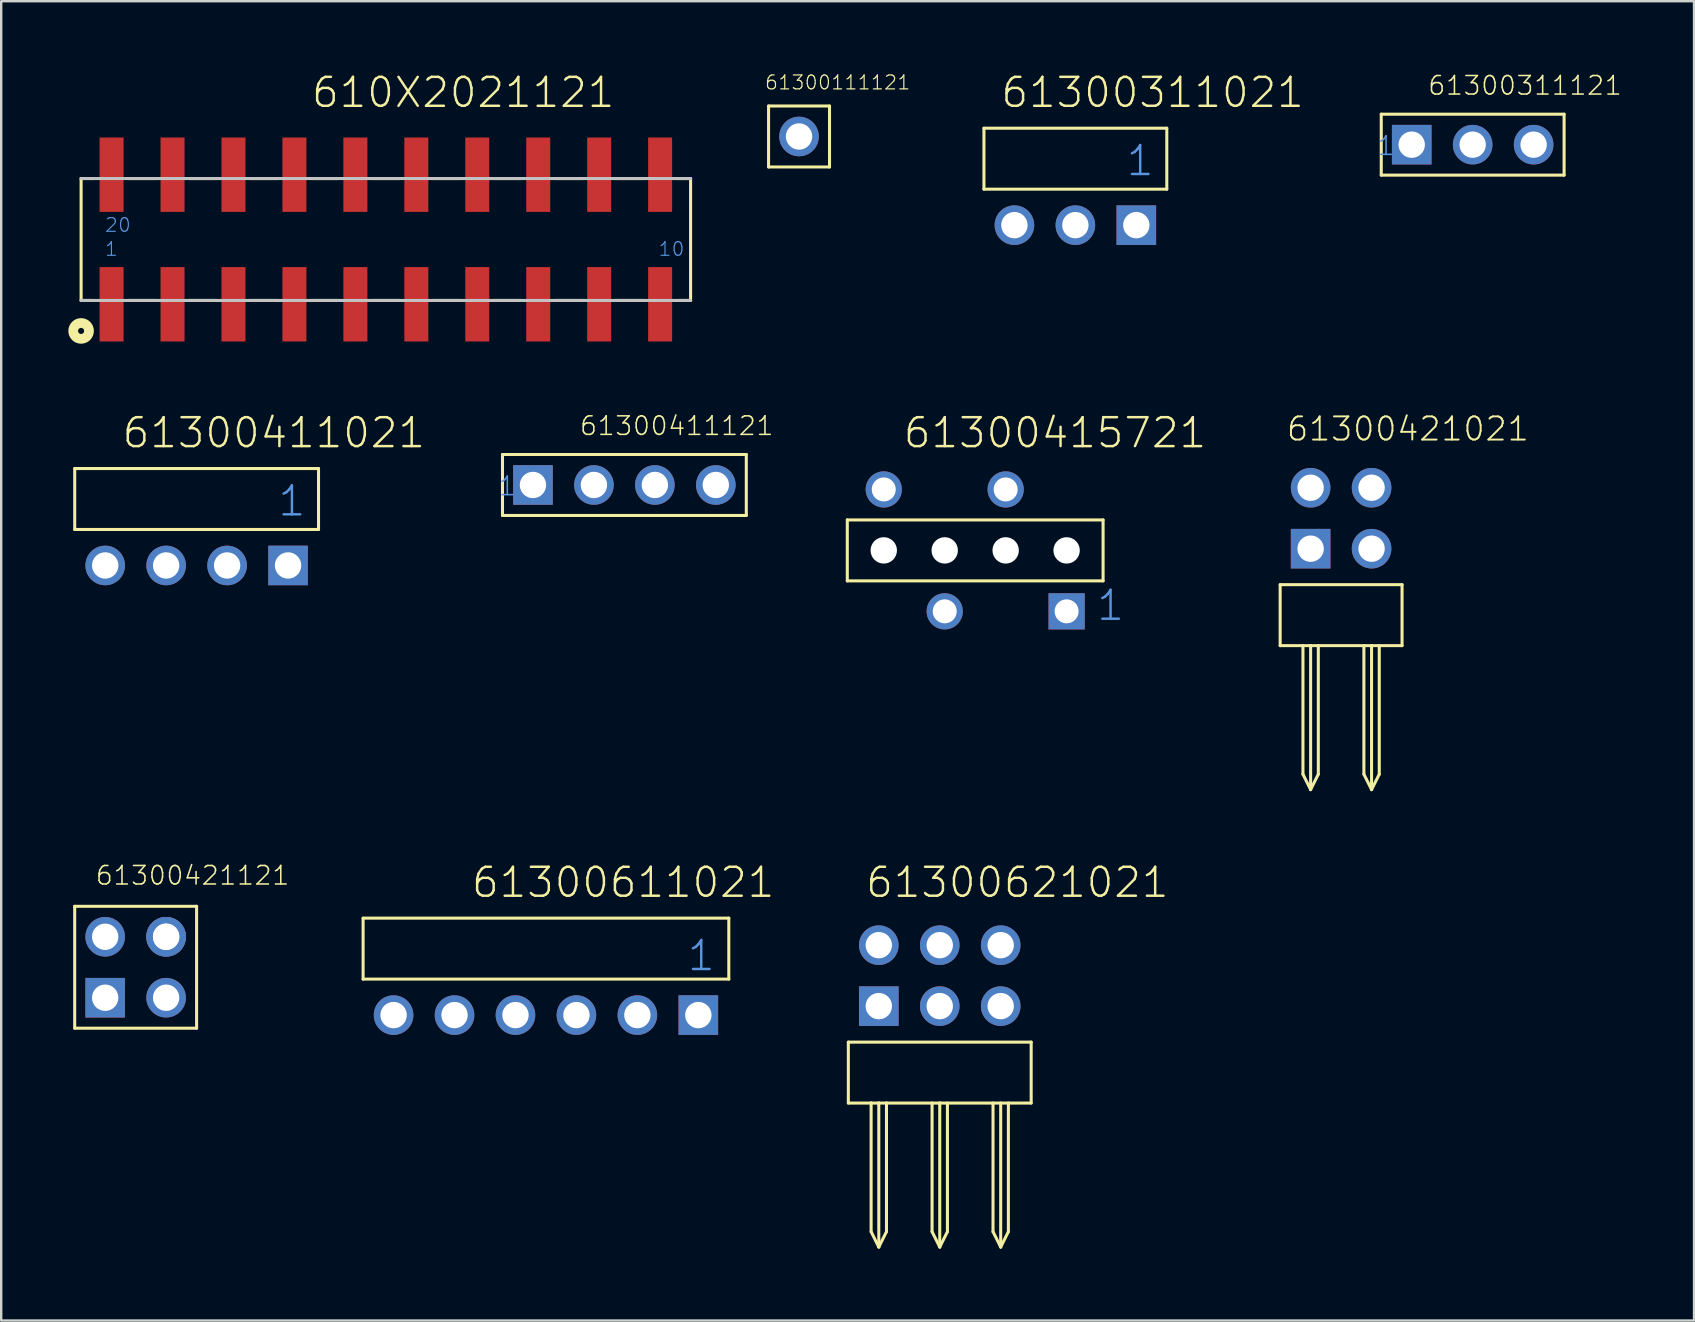
<source format=kicad_pcb>
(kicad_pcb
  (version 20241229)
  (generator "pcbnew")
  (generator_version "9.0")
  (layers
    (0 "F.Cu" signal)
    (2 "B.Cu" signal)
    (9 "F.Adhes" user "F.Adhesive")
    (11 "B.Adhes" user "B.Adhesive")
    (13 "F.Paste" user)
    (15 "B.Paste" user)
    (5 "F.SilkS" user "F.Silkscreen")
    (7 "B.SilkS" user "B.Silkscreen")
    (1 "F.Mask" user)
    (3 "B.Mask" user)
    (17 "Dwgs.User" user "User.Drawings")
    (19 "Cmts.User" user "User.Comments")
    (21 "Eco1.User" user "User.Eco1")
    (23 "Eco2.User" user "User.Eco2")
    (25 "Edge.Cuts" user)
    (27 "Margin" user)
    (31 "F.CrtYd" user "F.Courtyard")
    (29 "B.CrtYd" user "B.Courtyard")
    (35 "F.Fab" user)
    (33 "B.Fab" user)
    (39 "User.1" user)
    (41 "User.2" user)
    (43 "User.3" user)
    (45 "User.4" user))
  (footprint "61300311121"
    (layer "F.Cu")
    (at 58.322 2.979)
    (property "Reference" "61300311121" (at -1.905 -2.012 0) (layer "F.SilkS") (effects (font (size 0.772 0.772) (thickness 0.065)) (justify left bottom)))
    (attr through_hole)
    (fp_line (start -3.81 -1.27) (end -3.81 1.27) (stroke (width 0.127) (type solid)) (layer "F.SilkS"))
    (fp_line (start -3.81 1.27) (end 3.81 1.27) (stroke (width 0.127) (type solid)) (layer "F.SilkS"))
    (fp_line (start 3.81 -1.27) (end -3.81 -1.27) (stroke (width 0.127) (type solid)) (layer "F.SilkS"))
    (fp_line (start 3.81 1.27) (end 3.81 -1.27) (stroke (width 0.127) (type solid)) (layer "F.SilkS"))
    (fp_text user "1" (at -4.02 0.5 0) (layer "Cmts.User") (effects (font (size 0.772 0.772) (thickness 0.065)) (justify left bottom)))
    (pad "1" thru_hole rect (at -2.54 0) (size 1.65 1.65) (drill 1.1) (layers "*.Cu" "*.Mask"))
    (pad "2" thru_hole circle (at 0 0) (size 1.65 1.65) (drill 1.1) (layers "*.Cu" "*.Mask"))
    (pad "3" thru_hole circle (at 2.54 0) (size 1.65 1.65) (drill 1.1) (layers "*.Cu" "*.Mask")))
  (footprint "61300411021"
    (layer "F.Cu")
    (at 5.144 20.515)
    (property "Reference" "61300411021" (at -3.165 -4.822 0) (layer "F.SilkS") (effects (font (size 1.206 1.206) (thickness 0.102)) (justify left bottom)))
    (attr through_hole)
    (fp_line (start -5.08 -4.04) (end 5.08 -4.04) (stroke (width 0.127) (type solid)) (layer "F.SilkS"))
    (fp_line (start -5.08 -1.5) (end -5.08 -4.04) (stroke (width 0.127) (type solid)) (layer "F.SilkS"))
    (fp_line (start 5.08 -4.04) (end 5.08 -1.5) (stroke (width 0.127) (type solid)) (layer "F.SilkS"))
    (fp_line (start 5.08 -1.5) (end -5.08 -1.5) (stroke (width 0.127) (type solid)) (layer "F.SilkS"))
    (fp_text user "1" (at 3.33 -1.98 0) (layer "Cmts.User") (effects (font (size 1.206 1.206) (thickness 0.102)) (justify left bottom)))
    (pad "1" thru_hole rect (at 3.81 0) (size 1.65 1.65) (drill 1.1) (layers "*.Cu" "*.Mask"))
    (pad "2" thru_hole circle (at 1.27 0) (size 1.65 1.65) (drill 1.1) (layers "*.Cu" "*.Mask"))
    (pad "3" thru_hole circle (at -1.27 0) (size 1.65 1.65) (drill 1.1) (layers "*.Cu" "*.Mask"))
    (pad "4" thru_hole circle (at -3.81 0) (size 1.65 1.65) (drill 1.1) (layers "*.Cu" "*.Mask")))
  (footprint "61300621021"
    (layer "F.Cu")
    (at 36.113 38.879)
    (property "Reference" "61300621021" (at -3.15 -4.448 0) (layer "F.SilkS") (effects (font (size 1.206 1.206) (thickness 0.102)) (justify left bottom)))
    (attr through_hole)
    (fp_line (start -3.81 1.5) (end -3.81 4.04) (stroke (width 0.127) (type solid)) (layer "F.SilkS"))
    (fp_line (start -3.81 4.04) (end -2.86 4.04) (stroke (width 0.127) (type solid)) (layer "F.SilkS"))
    (fp_line (start -2.86 4.04) (end -2.86 9.4) (stroke (width 0.127) (type solid)) (layer "F.SilkS"))
    (fp_line (start -2.86 4.04) (end -2.54 4.04) (stroke (width 0.127) (type solid)) (layer "F.SilkS"))
    (fp_line (start -2.86 9.4) (end -2.54 10.04) (stroke (width 0.127) (type solid)) (layer "F.SilkS"))
    (fp_line (start -2.54 4.04) (end -2.54 10.04) (stroke (width 0.127) (type solid)) (layer "F.SilkS"))
    (fp_line (start -2.54 4.04) (end -2.22 4.04) (stroke (width 0.127) (type solid)) (layer "F.SilkS"))
    (fp_line (start -2.54 10.04) (end -2.22 9.4) (stroke (width 0.127) (type solid)) (layer "F.SilkS"))
    (fp_line (start -2.22 4.04) (end -2.22 9.4) (stroke (width 0.127) (type solid)) (layer "F.SilkS"))
    (fp_line (start -2.22 4.04) (end 0 4.04) (stroke (width 0.127) (type solid)) (layer "F.SilkS"))
    (fp_line (start -0.32 4.04) (end -0.32 9.4) (stroke (width 0.127) (type solid)) (layer "F.SilkS"))
    (fp_line (start -0.32 9.4) (end 0 10.04) (stroke (width 0.127) (type solid)) (layer "F.SilkS"))
    (fp_line (start 0 4.04) (end 0 10.04) (stroke (width 0.127) (type solid)) (layer "F.SilkS"))
    (fp_line (start 0 4.04) (end 3.81 4.04) (stroke (width 0.127) (type solid)) (layer "F.SilkS"))
    (fp_line (start 0 10.04) (end 0.32 9.4) (stroke (width 0.127) (type solid)) (layer "F.SilkS"))
    (fp_line (start 0.32 4.04) (end 0.32 9.4) (stroke (width 0.127) (type solid)) (layer "F.SilkS"))
    (fp_line (start 2.22 4.04) (end 2.22 9.4) (stroke (width 0.127) (type solid)) (layer "F.SilkS"))
    (fp_line (start 2.22 9.4) (end 2.54 10.04) (stroke (width 0.127) (type solid)) (layer "F.SilkS"))
    (fp_line (start 2.54 4.04) (end 2.54 10.04) (stroke (width 0.127) (type solid)) (layer "F.SilkS"))
    (fp_line (start 2.54 10.04) (end 2.86 9.4) (stroke (width 0.127) (type solid)) (layer "F.SilkS"))
    (fp_line (start 2.86 4.04) (end 2.86 9.4) (stroke (width 0.127) (type solid)) (layer "F.SilkS"))
    (fp_line (start 3.81 1.5) (end -3.81 1.5) (stroke (width 0.127) (type solid)) (layer "F.SilkS"))
    (fp_line (start 3.81 4.04) (end 3.81 1.5) (stroke (width 0.127) (type solid)) (layer "F.SilkS"))
    (pad "1" thru_hole rect (at -2.54 0) (size 1.65 1.65) (drill 1.1) (layers "*.Cu" "*.Mask"))
    (pad "2" thru_hole circle (at 0 0) (size 1.65 1.65) (drill 1.1) (layers "*.Cu" "*.Mask"))
    (pad "3" thru_hole circle (at 2.54 0) (size 1.65 1.65) (drill 1.1) (layers "*.Cu" "*.Mask"))
    (pad "4" thru_hole circle (at 2.54 -2.54) (size 1.65 1.65) (drill 1.1) (layers "*.Cu" "*.Mask"))
    (pad "5" thru_hole circle (at 0 -2.54) (size 1.65 1.65) (drill 1.1) (layers "*.Cu" "*.Mask"))
    (pad "6" thru_hole circle (at -2.54 -2.54) (size 1.65 1.65) (drill 1.1) (layers "*.Cu" "*.Mask")))
  (footprint "61300411121"
    (layer "F.Cu")
    (at 22.971 17.161)
    (property "Reference" "61300411121" (at -1.905 -2.012 0) (layer "F.SilkS") (effects (font (size 0.772 0.772) (thickness 0.065)) (justify left bottom)))
    (attr through_hole)
    (fp_line (start -5.08 -1.27) (end -5.08 1.27) (stroke (width 0.127) (type solid)) (layer "F.SilkS"))
    (fp_line (start -5.08 1.27) (end 5.08 1.27) (stroke (width 0.127) (type solid)) (layer "F.SilkS"))
    (fp_line (start 5.08 -1.27) (end -5.08 -1.27) (stroke (width 0.127) (type solid)) (layer "F.SilkS"))
    (fp_line (start 5.08 1.27) (end 5.08 -1.27) (stroke (width 0.127) (type solid)) (layer "F.SilkS"))
    (fp_text user "1" (at -5.29 0.5 0) (layer "Cmts.User") (effects (font (size 0.772 0.772) (thickness 0.065)) (justify left bottom)))
    (pad "1" thru_hole rect (at -3.81 0) (size 1.65 1.65) (drill 1.1) (layers "*.Cu" "*.Mask"))
    (pad "2" thru_hole circle (at -1.27 0) (size 1.65 1.65) (drill 1.1) (layers "*.Cu" "*.Mask"))
    (pad "3" thru_hole circle (at 1.27 0) (size 1.65 1.65) (drill 1.1) (layers "*.Cu" "*.Mask"))
    (pad "4" thru_hole circle (at 3.81 0) (size 1.65 1.65) (drill 1.1) (layers "*.Cu" "*.Mask")))
  (footprint "61300611021"
    (layer "F.Cu")
    (at 19.702 39.253)
    (property "Reference" "61300611021" (at -3.165 -4.822 0) (layer "F.SilkS") (effects (font (size 1.206 1.206) (thickness 0.102)) (justify left bottom)))
    (attr through_hole)
    (fp_line (start -7.62 -4.04) (end 7.62 -4.04) (stroke (width 0.127) (type solid)) (layer "F.SilkS"))
    (fp_line (start -7.62 -1.5) (end -7.62 -4.04) (stroke (width 0.127) (type solid)) (layer "F.SilkS"))
    (fp_line (start 7.62 -4.04) (end 7.62 -1.5) (stroke (width 0.127) (type solid)) (layer "F.SilkS"))
    (fp_line (start 7.62 -1.5) (end -7.62 -1.5) (stroke (width 0.127) (type solid)) (layer "F.SilkS"))
    (fp_text user "1" (at 5.83 -1.77 0) (layer "Cmts.User") (effects (font (size 1.206 1.206) (thickness 0.102)) (justify left bottom)))
    (pad "1" thru_hole rect (at 6.35 0) (size 1.65 1.65) (drill 1.1) (layers "*.Cu" "*.Mask"))
    (pad "2" thru_hole circle (at 3.81 0) (size 1.65 1.65) (drill 1.1) (layers "*.Cu" "*.Mask"))
    (pad "3" thru_hole circle (at 1.27 0) (size 1.65 1.65) (drill 1.1) (layers "*.Cu" "*.Mask"))
    (pad "4" thru_hole circle (at -1.27 0) (size 1.65 1.65) (drill 1.1) (layers "*.Cu" "*.Mask"))
    (pad "5" thru_hole circle (at -3.81 0) (size 1.65 1.65) (drill 1.1) (layers "*.Cu" "*.Mask"))
    (pad "6" thru_hole circle (at -6.35 0) (size 1.65 1.65) (drill 1.1) (layers "*.Cu" "*.Mask")))
  (footprint "61300415721"
    (layer "F.Cu")
    (at 37.59 19.887)
    (property "Reference" "61300415721" (at -3.057 -4.194 0) (layer "F.SilkS") (effects (font (size 1.206 1.206) (thickness 0.102)) (justify left bottom)))
    (attr through_hole)
    (fp_line (start -5.33 -1.27) (end 5.33 -1.27) (stroke (width 0.127) (type solid)) (layer "F.SilkS"))
    (fp_line (start -5.33 1.27) (end -5.33 -1.27) (stroke (width 0.127) (type solid)) (layer "F.SilkS"))
    (fp_line (start 5.33 -1.27) (end 5.33 1.27) (stroke (width 0.127) (type solid)) (layer "F.SilkS"))
    (fp_line (start 5.33 1.27) (end -5.33 1.27) (stroke (width 0.127) (type solid)) (layer "F.SilkS"))
    (fp_text user "1" (at 5 3 0) (layer "Cmts.User") (effects (font (size 1.206 1.206) (thickness 0.102)) (justify left bottom)))
    (pad "" np_thru_hole circle (at -3.81 0) (size 1.1 1.1) (drill 1.1) (layers "*.Cu"))
    (pad "" np_thru_hole circle (at -1.27 0) (size 1.1 1.1) (drill 1.1) (layers "*.Cu"))
    (pad "" np_thru_hole circle (at 1.27 0) (size 1.1 1.1) (drill 1.1) (layers "*.Cu"))
    (pad "" np_thru_hole circle (at 3.81 0) (size 1.1 1.1) (drill 1.1) (layers "*.Cu"))
    (pad "1" thru_hole rect (at 3.81 2.54 180) (size 1.508 1.508) (drill 1) (layers "*.Cu" "*.Mask"))
    (pad "2" thru_hole circle (at 1.27 -2.54 180) (size 1.508 1.508) (drill 1) (layers "*.Cu" "*.Mask"))
    (pad "3" thru_hole circle (at -1.27 2.54 180) (size 1.508 1.508) (drill 1) (layers "*.Cu" "*.Mask"))
    (pad "4" thru_hole circle (at -3.81 -2.54 180) (size 1.508 1.508) (drill 1) (layers "*.Cu" "*.Mask")))
  (footprint "61300311021"
    (layer "F.Cu")
    (at 41.765 6.333)
    (property "Reference" "61300311021" (at -3.165 -4.822 0) (layer "F.SilkS") (effects (font (size 1.206 1.206) (thickness 0.102)) (justify left bottom)))
    (attr through_hole)
    (fp_line (start -3.81 -4.04) (end 3.81 -4.04) (stroke (width 0.127) (type solid)) (layer "F.SilkS"))
    (fp_line (start -3.81 -1.5) (end -3.81 -4.04) (stroke (width 0.127) (type solid)) (layer "F.SilkS"))
    (fp_line (start 3.81 -4.04) (end 3.81 -1.5) (stroke (width 0.127) (type solid)) (layer "F.SilkS"))
    (fp_line (start 3.81 -1.5) (end -3.81 -1.5) (stroke (width 0.127) (type solid)) (layer "F.SilkS"))
    (fp_text user "1" (at 2.06 -1.98 0) (layer "Cmts.User") (effects (font (size 1.206 1.206) (thickness 0.102)) (justify left bottom)))
    (pad "1" thru_hole rect (at 2.54 0) (size 1.65 1.65) (drill 1.1) (layers "*.Cu" "*.Mask"))
    (pad "2" thru_hole circle (at 0 0) (size 1.65 1.65) (drill 1.1) (layers "*.Cu" "*.Mask"))
    (pad "3" thru_hole circle (at -2.54 0) (size 1.65 1.65) (drill 1.1) (layers "*.Cu" "*.Mask")))
  (footprint "61300111121"
    (layer "F.Cu")
    (at 30.249 2.638)
    (property "Reference" "61300111121" (at -1.455 -1.912 0) (layer "F.SilkS") (effects (font (size 0.579 0.579) (thickness 0.049)) (justify left bottom)))
    (attr through_hole)
    (fp_line (start -1.27 -1.27) (end -1.27 1.27) (stroke (width 0.127) (type solid)) (layer "F.SilkS"))
    (fp_line (start -1.27 1.27) (end 1.27 1.27) (stroke (width 0.127) (type solid)) (layer "F.SilkS"))
    (fp_line (start 1.27 -1.27) (end -1.27 -1.27) (stroke (width 0.127) (type solid)) (layer "F.SilkS"))
    (fp_line (start 1.27 1.27) (end 1.27 -1.27) (stroke (width 0.127) (type solid)) (layer "F.SilkS"))
    (pad "1" thru_hole circle (at 0 0) (size 1.65 1.65) (drill 1.1) (layers "*.Cu" "*.Mask")))
  (footprint "61300421021"
    (layer "F.Cu")
    (at 52.839 19.816)
    (property "Reference" "61300421021" (at -2.325 -4.426 0) (layer "F.SilkS") (effects (font (size 0.965 0.965) (thickness 0.081)) (justify left bottom)))
    (attr through_hole)
    (fp_line (start -2.54 1.5) (end -2.54 4.04) (stroke (width 0.127) (type solid)) (layer "F.SilkS"))
    (fp_line (start -2.54 4.04) (end -1.59 4.04) (stroke (width 0.127) (type solid)) (layer "F.SilkS"))
    (fp_line (start -1.59 4.04) (end -1.59 9.4) (stroke (width 0.127) (type solid)) (layer "F.SilkS"))
    (fp_line (start -1.59 4.04) (end -1.27 4.04) (stroke (width 0.127) (type solid)) (layer "F.SilkS"))
    (fp_line (start -1.59 9.4) (end -1.27 10.04) (stroke (width 0.127) (type solid)) (layer "F.SilkS"))
    (fp_line (start -1.27 4.04) (end -1.27 10.04) (stroke (width 0.127) (type solid)) (layer "F.SilkS"))
    (fp_line (start -1.27 4.04) (end -0.95 4.04) (stroke (width 0.127) (type solid)) (layer "F.SilkS"))
    (fp_line (start -1.27 10.04) (end -0.95 9.4) (stroke (width 0.127) (type solid)) (layer "F.SilkS"))
    (fp_line (start -0.95 4.04) (end -0.95 9.4) (stroke (width 0.127) (type solid)) (layer "F.SilkS"))
    (fp_line (start -0.95 4.04) (end 1.27 4.04) (stroke (width 0.127) (type solid)) (layer "F.SilkS"))
    (fp_line (start 0.95 4.04) (end 0.95 9.4) (stroke (width 0.127) (type solid)) (layer "F.SilkS"))
    (fp_line (start 0.95 9.4) (end 1.27 10.04) (stroke (width 0.127) (type solid)) (layer "F.SilkS"))
    (fp_line (start 1.27 4.04) (end 1.27 10.04) (stroke (width 0.127) (type solid)) (layer "F.SilkS"))
    (fp_line (start 1.27 4.04) (end 2.54 4.04) (stroke (width 0.127) (type solid)) (layer "F.SilkS"))
    (fp_line (start 1.27 10.04) (end 1.59 9.4) (stroke (width 0.127) (type solid)) (layer "F.SilkS"))
    (fp_line (start 1.59 4.04) (end 1.59 9.4) (stroke (width 0.127) (type solid)) (layer "F.SilkS"))
    (fp_line (start 2.54 1.5) (end -2.54 1.5) (stroke (width 0.127) (type solid)) (layer "F.SilkS"))
    (fp_line (start 2.54 4.04) (end 2.54 1.5) (stroke (width 0.127) (type solid)) (layer "F.SilkS"))
    (pad "1" thru_hole rect (at -1.27 0) (size 1.65 1.65) (drill 1.1) (layers "*.Cu" "*.Mask"))
    (pad "2" thru_hole circle (at 1.27 0) (size 1.65 1.65) (drill 1.1) (layers "*.Cu" "*.Mask"))
    (pad "3" thru_hole circle (at 1.27 -2.54) (size 1.65 1.65) (drill 1.1) (layers "*.Cu" "*.Mask"))
    (pad "4" thru_hole circle (at -1.27 -2.54) (size 1.65 1.65) (drill 1.1) (layers "*.Cu" "*.Mask")))
  (footprint "61300421121"
    (layer "F.Cu")
    (at 2.603 37.259)
    (property "Reference" "61300421121" (at -1.715 -3.372 0) (layer "F.SilkS") (effects (font (size 0.772 0.772) (thickness 0.065)) (justify left bottom)))
    (attr through_hole)
    (fp_line (start -2.54 -2.54) (end 2.54 -2.54) (stroke (width 0.127) (type solid)) (layer "F.SilkS"))
    (fp_line (start -2.54 2.54) (end -2.54 -2.54) (stroke (width 0.127) (type solid)) (layer "F.SilkS"))
    (fp_line (start 2.54 -2.54) (end 2.54 2.54) (stroke (width 0.127) (type solid)) (layer "F.SilkS"))
    (fp_line (start 2.54 2.54) (end -2.54 2.54) (stroke (width 0.127) (type solid)) (layer "F.SilkS"))
    (pad "1" thru_hole rect (at -1.27 1.27 90) (size 1.65 1.65) (drill 1.1) (layers "*.Cu" "*.Mask"))
    (pad "2" thru_hole circle (at 1.27 1.27 90) (size 1.65 1.65) (drill 1.1) (layers "*.Cu" "*.Mask"))
    (pad "3" thru_hole circle (at 1.27 -1.27 270) (size 1.65 1.65) (drill 1.1) (layers "*.Cu" "*.Mask"))
    (pad "3" thru_hole circle (at 1.27 -1.27 270) (size 1.65 1.65) (drill 1.1) (layers "*.Cu" "*.Mask"))
    (pad "4" thru_hole circle (at -1.27 -1.27 270) (size 1.65 1.65) (drill 1.1) (layers "*.Cu" "*.Mask")))
  (footprint "610X2021121"
    (layer "F.Cu")
    (at 13.03 6.931)
    (property "Reference" "610X2021121" (at -3.16 -5.42 0) (layer "F.SilkS") (effects (font (size 1.206 1.206) (thickness 0.102)) (justify left bottom)))
    (attr through_hole)
    (fp_line (start -12.7 -2.54) (end -12.7 2.54) (stroke (width 0.127) (type solid)) (layer "F.SilkS"))
    (fp_line (start -12.24 2.54) (end -12.7 2.54) (stroke (width 0.127) (type solid)) (layer "F.SilkS"))
    (fp_line (start -12.18 -2.54) (end -12.7 -2.54) (stroke (width 0.127) (type solid)) (layer "F.SilkS"))
    (fp_line (start -10.76 -2.54) (end -9.61 -2.54) (stroke (width 0.127) (type solid)) (layer "F.SilkS"))
    (fp_line (start -10.73 2.54) (end -9.58 2.54) (stroke (width 0.127) (type solid)) (layer "F.SilkS"))
    (fp_line (start -8.21 2.54) (end -7.06 2.54) (stroke (width 0.127) (type solid)) (layer "F.SilkS"))
    (fp_line (start -8.19 -2.54) (end -7.04 -2.54) (stroke (width 0.127) (type solid)) (layer "F.SilkS"))
    (fp_line (start -5.68 2.54) (end -4.53 2.54) (stroke (width 0.127) (type solid)) (layer "F.SilkS"))
    (fp_line (start -5.66 -2.54) (end -4.51 -2.54) (stroke (width 0.127) (type solid)) (layer "F.SilkS"))
    (fp_line (start -3.11 -2.54) (end -1.96 -2.54) (stroke (width 0.127) (type solid)) (layer "F.SilkS"))
    (fp_line (start -3.11 2.54) (end -1.96 2.54) (stroke (width 0.127) (type solid)) (layer "F.SilkS"))
    (fp_line (start -0.58 2.54) (end 0.57 2.54) (stroke (width 0.127) (type solid)) (layer "F.SilkS"))
    (fp_line (start -0.57 -2.54) (end 0.58 -2.54) (stroke (width 0.127) (type solid)) (layer "F.SilkS"))
    (fp_line (start 1.96 2.54) (end 3.11 2.54) (stroke (width 0.127) (type solid)) (layer "F.SilkS"))
    (fp_line (start 1.97 -2.54) (end 3.12 -2.54) (stroke (width 0.127) (type solid)) (layer "F.SilkS"))
    (fp_line (start 4.5 -2.54) (end 5.65 -2.54) (stroke (width 0.127) (type solid)) (layer "F.SilkS"))
    (fp_line (start 4.5 2.54) (end 5.65 2.54) (stroke (width 0.127) (type solid)) (layer "F.SilkS"))
    (fp_line (start 7.05 -2.54) (end 8.2 -2.54) (stroke (width 0.127) (type solid)) (layer "F.SilkS"))
    (fp_line (start 7.05 2.54) (end 8.2 2.54) (stroke (width 0.127) (type solid)) (layer "F.SilkS"))
    (fp_line (start 9.57 -2.54) (end 10.72 -2.54) (stroke (width 0.127) (type solid)) (layer "F.SilkS"))
    (fp_line (start 9.58 2.54) (end 10.73 2.54) (stroke (width 0.127) (type solid)) (layer "F.SilkS"))
    (fp_line (start 12.13 -2.54) (end 12.7 -2.54) (stroke (width 0.127) (type solid)) (layer "F.SilkS"))
    (fp_line (start 12.18 2.54) (end 12.7 2.54) (stroke (width 0.127) (type solid)) (layer "F.SilkS"))
    (fp_line (start 12.7 -2.54) (end 12.7 2.54) (stroke (width 0.127) (type solid)) (layer "F.SilkS"))
    (fp_circle (center -12.7 3.81) (end -12.573 3.81) (stroke (width 0.406) (type solid)) (fill no) (layer "F.SilkS"))
    (fp_line (start -12.7 2.54) (end 12.7 2.54) (stroke (width 0.127) (type solid)) (layer "Dwgs.User"))
    (fp_line (start 12.7 -2.54) (end -12.7 -2.54) (stroke (width 0.127) (type solid)) (layer "Dwgs.User"))
    (fp_text user "1" (at -11.74 0.73 0) (layer "Cmts.User") (effects (font (size 0.57 0.57) (thickness 0.048)) (justify left bottom)))
    (fp_text user "20" (at -11.74 -0.27 0) (layer "Cmts.User") (effects (font (size 0.57 0.57) (thickness 0.048)) (justify left bottom)))
    (fp_text user "10" (at 11.33 0.73 0) (layer "Cmts.User") (effects (font (size 0.57 0.57) (thickness 0.048)) (justify left bottom)))
    (pad "1" smd rect (at -11.43 2.7 90) (size 3.1 1) (layers "F.Cu" "F.Mask" "F.Paste"))
    (pad "2" smd rect (at -8.89 2.7 90) (size 3.1 1) (layers "F.Cu" "F.Mask" "F.Paste"))
    (pad "3" smd rect (at -6.35 2.7 90) (size 3.1 1) (layers "F.Cu" "F.Mask" "F.Paste"))
    (pad "4" smd rect (at -3.81 2.7 90) (size 3.1 1) (layers "F.Cu" "F.Mask" "F.Paste"))
    (pad "5" smd rect (at -1.27 2.7 90) (size 3.1 1) (layers "F.Cu" "F.Mask" "F.Paste"))
    (pad "6" smd rect (at 1.27 2.7 90) (size 3.1 1) (layers "F.Cu" "F.Mask" "F.Paste"))
    (pad "7" smd rect (at 3.81 2.7 90) (size 3.1 1) (layers "F.Cu" "F.Mask" "F.Paste"))
    (pad "8" smd rect (at 6.35 2.7 90) (size 3.1 1) (layers "F.Cu" "F.Mask" "F.Paste"))
    (pad "9" smd rect (at 8.89 2.7 90) (size 3.1 1) (layers "F.Cu" "F.Mask" "F.Paste"))
    (pad "10" smd rect (at 11.43 2.7 90) (size 3.1 1) (layers "F.Cu" "F.Mask" "F.Paste"))
    (pad "11" smd rect (at 11.43 -2.7 90) (size 3.1 1) (layers "F.Cu" "F.Mask" "F.Paste"))
    (pad "12" smd rect (at 8.89 -2.7 90) (size 3.1 1) (layers "F.Cu" "F.Mask" "F.Paste"))
    (pad "13" smd rect (at 6.35 -2.7 90) (size 3.1 1) (layers "F.Cu" "F.Mask" "F.Paste"))
    (pad "14" smd rect (at 3.81 -2.7 90) (size 3.1 1) (layers "F.Cu" "F.Mask" "F.Paste"))
    (pad "15" smd rect (at 1.27 -2.7 90) (size 3.1 1) (layers "F.Cu" "F.Mask" "F.Paste"))
    (pad "16" smd rect (at -1.27 -2.7 90) (size 3.1 1) (layers "F.Cu" "F.Mask" "F.Paste"))
    (pad "17" smd rect (at -3.81 -2.7 90) (size 3.1 1) (layers "F.Cu" "F.Mask" "F.Paste"))
    (pad "18" smd rect (at -6.35 -2.7 90) (size 3.1 1) (layers "F.Cu" "F.Mask" "F.Paste"))
    (pad "19" smd rect (at -8.89 -2.7 90) (size 3.1 1) (layers "F.Cu" "F.Mask" "F.Paste"))
    (pad "20" smd rect (at -11.43 -2.7 90) (size 3.1 1) (layers "F.Cu" "F.Mask" "F.Paste")))
  (gr_rect
    (start -3 -3)
    (end 67.547 51.983)
    (stroke (width 0.1) (type default))
    (fill no)
    (layer "Edge.Cuts")))
</source>
